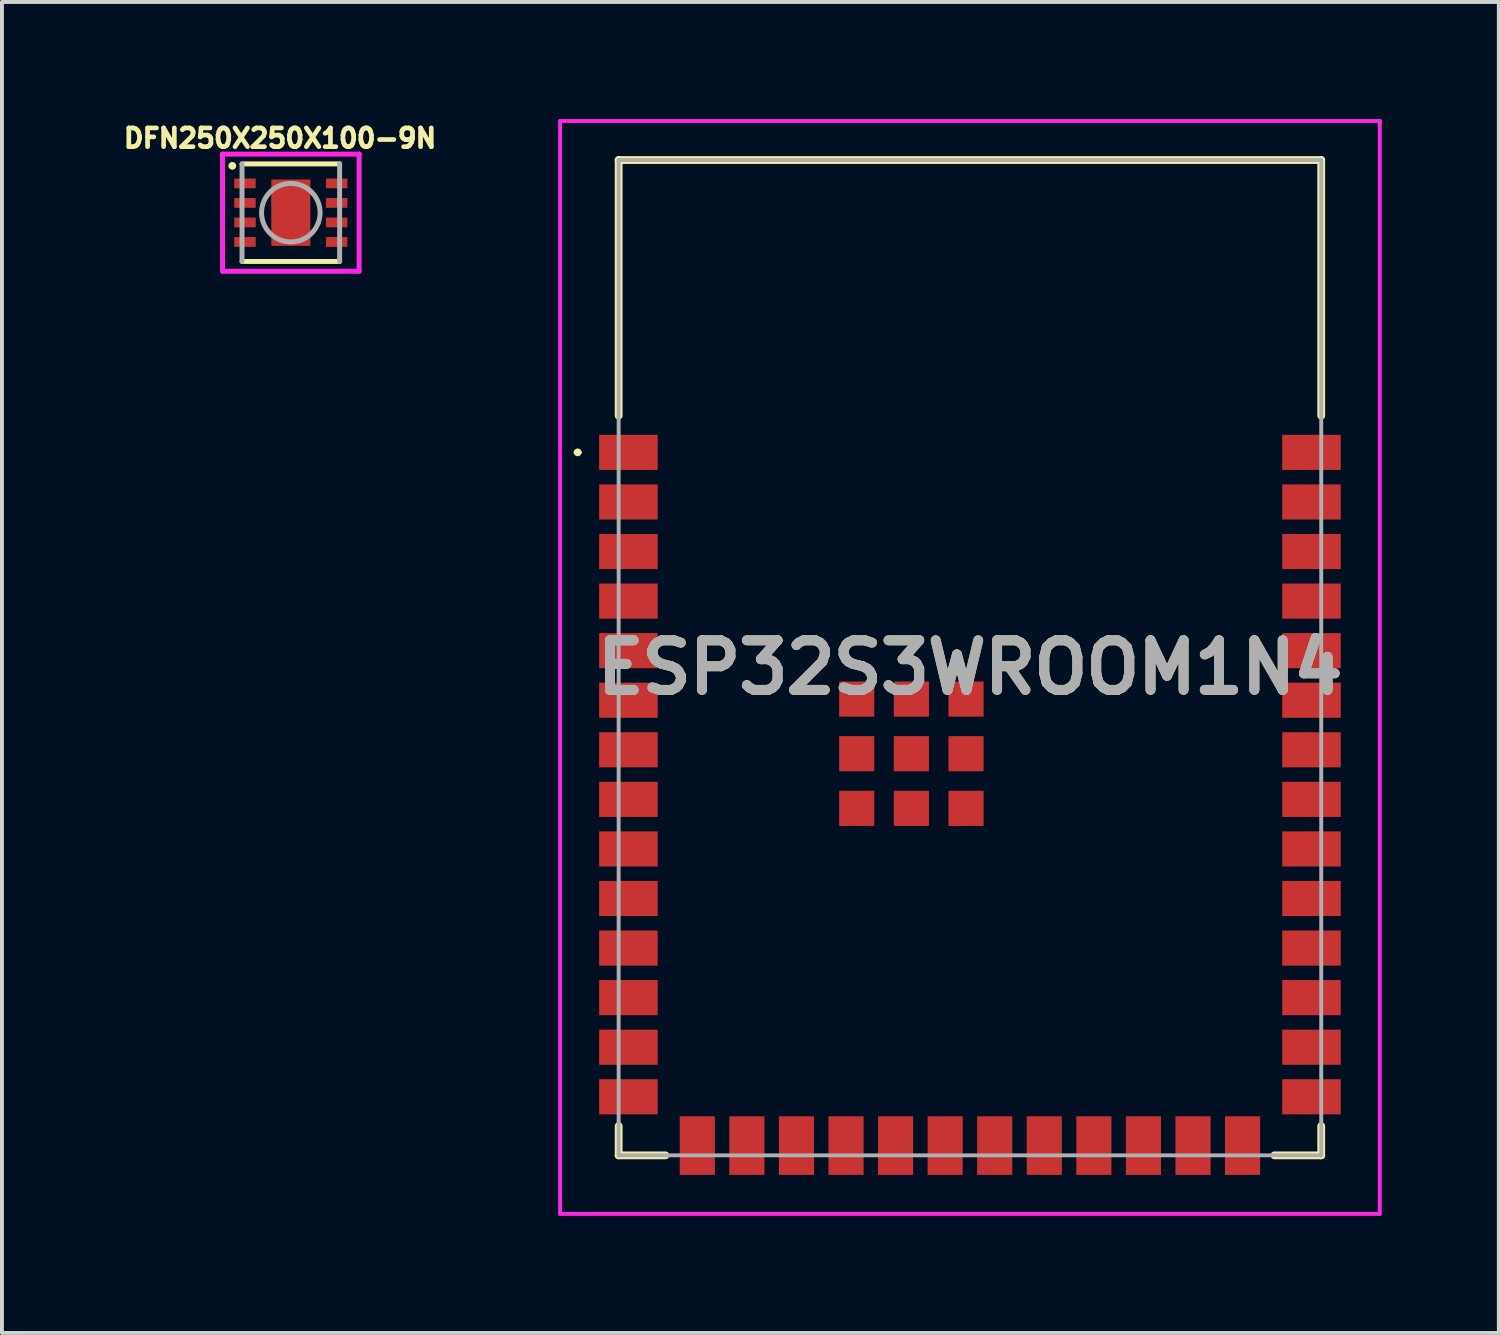
<source format=kicad_pcb>
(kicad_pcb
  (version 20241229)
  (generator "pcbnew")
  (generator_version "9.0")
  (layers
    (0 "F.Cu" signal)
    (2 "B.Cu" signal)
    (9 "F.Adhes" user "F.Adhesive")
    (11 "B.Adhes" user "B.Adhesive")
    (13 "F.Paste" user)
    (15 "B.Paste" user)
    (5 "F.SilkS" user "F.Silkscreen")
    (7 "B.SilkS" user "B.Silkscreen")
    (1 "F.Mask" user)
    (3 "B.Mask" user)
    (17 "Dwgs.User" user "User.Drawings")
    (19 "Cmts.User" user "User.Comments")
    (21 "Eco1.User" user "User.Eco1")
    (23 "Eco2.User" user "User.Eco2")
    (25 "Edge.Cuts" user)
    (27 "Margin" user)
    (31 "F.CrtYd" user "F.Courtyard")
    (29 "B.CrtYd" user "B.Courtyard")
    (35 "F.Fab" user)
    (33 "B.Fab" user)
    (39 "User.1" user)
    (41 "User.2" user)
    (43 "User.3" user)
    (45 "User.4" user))
  (footprint "DFN250X250X100-9N"
    (layer "F.Cu")
    (at 4.401 2.399)
    (property "Reference" "DFN250X250X100-9N" (at -0.276 -1.907 0) (layer "F.SilkS") (effects (font (size 0.48 0.48) (thickness 0.15))))
    (attr smd)
    (fp_line (start -1.25 1.25) (end 1.25 1.25) (stroke (width 0.127) (type solid)) (layer "F.SilkS"))
    (fp_line (start 1.25 -1.25) (end -1.25 -1.25) (stroke (width 0.127) (type solid)) (layer "F.SilkS"))
    (fp_circle (center -1.5 -1.2) (end -1.4 -1.2) (stroke (width 0) (type solid)) (fill yes) (layer "F.SilkS"))
    (fp_poly (pts (xy -0.45 -0.8) (xy 0.45 -0.8) (xy 0.45 0.801) (xy -0.45 0.801)) (stroke (width 0.01) (type solid)) (fill yes) (layer "F.Paste"))
    (fp_line (start -1.75 -1.5) (end -1.75 1.5) (stroke (width 0.127) (type solid)) (layer "F.CrtYd"))
    (fp_line (start -1.75 1.5) (end 1.75 1.5) (stroke (width 0.127) (type solid)) (layer "F.CrtYd"))
    (fp_line (start 1.75 -1.5) (end -1.75 -1.5) (stroke (width 0.127) (type solid)) (layer "F.CrtYd"))
    (fp_line (start 1.75 1.5) (end 1.75 -1.5) (stroke (width 0.127) (type solid)) (layer "F.CrtYd"))
    (fp_line (start -1.25 -1.25) (end -1.25 1.25) (stroke (width 0.127) (type solid)) (layer "F.Fab"))
    (fp_line (start 1.25 1.25) (end 1.25 -1.25) (stroke (width 0.127) (type solid)) (layer "F.Fab"))
    (fp_circle (center 0 0) (end 0.75 0) (stroke (width 0.127) (type solid)) (fill no) (layer "F.Fab"))
    (pad "1" smd rect (at -1.175 -0.75) (size 0.55 0.25) (layers "F.Cu" "F.Mask" "F.Paste"))
    (pad "2" smd rect (at -1.175 -0.25) (size 0.55 0.25) (layers "F.Cu" "F.Mask" "F.Paste"))
    (pad "3" smd rect (at -1.175 0.25) (size 0.55 0.25) (layers "F.Cu" "F.Mask" "F.Paste"))
    (pad "4" smd rect (at -1.175 0.75) (size 0.55 0.25) (layers "F.Cu" "F.Mask" "F.Paste"))
    (pad "5" smd rect (at 1.175 0.75) (size 0.55 0.25) (layers "F.Cu" "F.Mask" "F.Paste"))
    (pad "6" smd rect (at 1.175 0.25) (size 0.55 0.25) (layers "F.Cu" "F.Mask" "F.Paste"))
    (pad "7" smd rect (at 1.175 -0.25) (size 0.55 0.25) (layers "F.Cu" "F.Mask" "F.Paste"))
    (pad "8" smd rect (at 1.175 -0.75) (size 0.55 0.25) (layers "F.Cu" "F.Mask" "F.Paste"))
    (pad "9" smd rect (at 0 0) (size 1 1.7) (layers "F.Cu" "F.Mask")))
  (footprint "ESP32S3WROOM1N4"
    (layer "F.Cu")
    (at 21.8 14.05)
    (property "Reference" "ESP32S3WROOM1N4" (at 0 0 0) (layer "F.SilkS") (effects (font (size 1.27 1.27) (thickness 0.254))))
    (attr smd)
    (fp_line (start -10.1 -5.51) (end -10.1 -5.51) (stroke (width 0.1) (type solid)) (layer "F.SilkS"))
    (fp_line (start -10 -5.51) (end -10 -5.51) (stroke (width 0.1) (type solid)) (layer "F.SilkS"))
    (fp_line (start -9 -13) (end -9 -6.45) (stroke (width 0.2) (type solid)) (layer "F.SilkS"))
    (fp_line (start -9 11.75) (end -9 12.5) (stroke (width 0.2) (type solid)) (layer "F.SilkS"))
    (fp_line (start -9 12.5) (end -7.8 12.5) (stroke (width 0.2) (type solid)) (layer "F.SilkS"))
    (fp_line (start 7.8 12.5) (end 9 12.5) (stroke (width 0.2) (type solid)) (layer "F.SilkS"))
    (fp_line (start 9 -13) (end -9 -13) (stroke (width 0.2) (type solid)) (layer "F.SilkS"))
    (fp_line (start 9 -6.45) (end 9 -13) (stroke (width 0.2) (type solid)) (layer "F.SilkS"))
    (fp_line (start 9 12.5) (end 9 11.75) (stroke (width 0.2) (type solid)) (layer "F.SilkS"))
    (fp_arc (start -10.1 -5.51) (mid -10.05 -5.56) (end -10 -5.51) (stroke (width 0.1) (type solid)) (layer "F.SilkS"))
    (fp_arc (start -10 -5.51) (mid -10.05 -5.46) (end -10.1 -5.51) (stroke (width 0.1) (type solid)) (layer "F.SilkS"))
    (fp_line (start -10.5 -14) (end 10.5 -14) (stroke (width 0.1) (type solid)) (layer "F.CrtYd"))
    (fp_line (start -10.5 14) (end -10.5 -14) (stroke (width 0.1) (type solid)) (layer "F.CrtYd"))
    (fp_line (start 10.5 -14) (end 10.5 14) (stroke (width 0.1) (type solid)) (layer "F.CrtYd"))
    (fp_line (start 10.5 14) (end -10.5 14) (stroke (width 0.1) (type solid)) (layer "F.CrtYd"))
    (fp_line (start -9 -13) (end 9 -13) (stroke (width 0.1) (type solid)) (layer "F.Fab"))
    (fp_line (start -9 12.5) (end -9 -13) (stroke (width 0.1) (type solid)) (layer "F.Fab"))
    (fp_line (start 9 -13) (end 9 12.5) (stroke (width 0.1) (type solid)) (layer "F.Fab"))
    (fp_line (start 9 12.5) (end -9 12.5) (stroke (width 0.1) (type solid)) (layer "F.Fab"))
    (fp_text user "${REFERENCE}" (at 0 0 0) (layer "F.Fab") (effects (font (size 1.27 1.27) (thickness 0.254))))
    (pad "1" smd rect (at -8.75 -5.51 90) (size 0.9 1.5) (layers "F.Cu" "F.Mask" "F.Paste"))
    (pad "2" smd rect (at -8.75 -4.24 90) (size 0.9 1.5) (layers "F.Cu" "F.Mask" "F.Paste"))
    (pad "3" smd rect (at -8.75 -2.97 90) (size 0.9 1.5) (layers "F.Cu" "F.Mask" "F.Paste"))
    (pad "4" smd rect (at -8.75 -1.7 90) (size 0.9 1.5) (layers "F.Cu" "F.Mask" "F.Paste"))
    (pad "5" smd rect (at -8.75 -0.43 90) (size 0.9 1.5) (layers "F.Cu" "F.Mask" "F.Paste"))
    (pad "6" smd rect (at -8.75 0.84 90) (size 0.9 1.5) (layers "F.Cu" "F.Mask" "F.Paste"))
    (pad "7" smd rect (at -8.75 2.11 90) (size 0.9 1.5) (layers "F.Cu" "F.Mask" "F.Paste"))
    (pad "8" smd rect (at -8.75 3.38 90) (size 0.9 1.5) (layers "F.Cu" "F.Mask" "F.Paste"))
    (pad "9" smd rect (at -8.75 4.65 90) (size 0.9 1.5) (layers "F.Cu" "F.Mask" "F.Paste"))
    (pad "10" smd rect (at -8.75 5.92 90) (size 0.9 1.5) (layers "F.Cu" "F.Mask" "F.Paste"))
    (pad "11" smd rect (at -8.75 7.19 90) (size 0.9 1.5) (layers "F.Cu" "F.Mask" "F.Paste"))
    (pad "12" smd rect (at -8.75 8.46 90) (size 0.9 1.5) (layers "F.Cu" "F.Mask" "F.Paste"))
    (pad "13" smd rect (at -8.75 9.73 90) (size 0.9 1.5) (layers "F.Cu" "F.Mask" "F.Paste"))
    (pad "14" smd rect (at -8.75 11 90) (size 0.9 1.5) (layers "F.Cu" "F.Mask" "F.Paste"))
    (pad "15" smd rect (at -6.985 12.25) (size 0.9 1.5) (layers "F.Cu" "F.Mask" "F.Paste"))
    (pad "16" smd rect (at -5.715 12.25) (size 0.9 1.5) (layers "F.Cu" "F.Mask" "F.Paste"))
    (pad "17" smd rect (at -4.445 12.25) (size 0.9 1.5) (layers "F.Cu" "F.Mask" "F.Paste"))
    (pad "18" smd rect (at -3.175 12.25) (size 0.9 1.5) (layers "F.Cu" "F.Mask" "F.Paste"))
    (pad "19" smd rect (at -1.905 12.25) (size 0.9 1.5) (layers "F.Cu" "F.Mask" "F.Paste"))
    (pad "20" smd rect (at -0.635 12.25) (size 0.9 1.5) (layers "F.Cu" "F.Mask" "F.Paste"))
    (pad "21" smd rect (at 0.635 12.25) (size 0.9 1.5) (layers "F.Cu" "F.Mask" "F.Paste"))
    (pad "22" smd rect (at 1.905 12.25) (size 0.9 1.5) (layers "F.Cu" "F.Mask" "F.Paste"))
    (pad "23" smd rect (at 3.175 12.25) (size 0.9 1.5) (layers "F.Cu" "F.Mask" "F.Paste"))
    (pad "24" smd rect (at 4.445 12.25) (size 0.9 1.5) (layers "F.Cu" "F.Mask" "F.Paste"))
    (pad "25" smd rect (at 5.715 12.25) (size 0.9 1.5) (layers "F.Cu" "F.Mask" "F.Paste"))
    (pad "26" smd rect (at 6.985 12.25) (size 0.9 1.5) (layers "F.Cu" "F.Mask" "F.Paste"))
    (pad "27" smd rect (at 8.75 11 90) (size 0.9 1.5) (layers "F.Cu" "F.Mask" "F.Paste"))
    (pad "28" smd rect (at 8.75 9.73 90) (size 0.9 1.5) (layers "F.Cu" "F.Mask" "F.Paste"))
    (pad "29" smd rect (at 8.75 8.46 90) (size 0.9 1.5) (layers "F.Cu" "F.Mask" "F.Paste"))
    (pad "30" smd rect (at 8.75 7.19 90) (size 0.9 1.5) (layers "F.Cu" "F.Mask" "F.Paste"))
    (pad "31" smd rect (at 8.75 5.92 90) (size 0.9 1.5) (layers "F.Cu" "F.Mask" "F.Paste"))
    (pad "32" smd rect (at 8.75 4.65 90) (size 0.9 1.5) (layers "F.Cu" "F.Mask" "F.Paste"))
    (pad "33" smd rect (at 8.75 3.38 90) (size 0.9 1.5) (layers "F.Cu" "F.Mask" "F.Paste"))
    (pad "34" smd rect (at 8.75 2.11 90) (size 0.9 1.5) (layers "F.Cu" "F.Mask" "F.Paste"))
    (pad "35" smd rect (at 8.75 0.84 90) (size 0.9 1.5) (layers "F.Cu" "F.Mask" "F.Paste"))
    (pad "36" smd rect (at 8.75 -0.43 90) (size 0.9 1.5) (layers "F.Cu" "F.Mask" "F.Paste"))
    (pad "37" smd rect (at 8.75 -1.7 90) (size 0.9 1.5) (layers "F.Cu" "F.Mask" "F.Paste"))
    (pad "38" smd rect (at 8.75 -2.97 90) (size 0.9 1.5) (layers "F.Cu" "F.Mask" "F.Paste"))
    (pad "39" smd rect (at 8.75 -4.24 90) (size 0.9 1.5) (layers "F.Cu" "F.Mask" "F.Paste"))
    (pad "40" smd rect (at 8.75 -5.51 90) (size 0.9 1.5) (layers "F.Cu" "F.Mask" "F.Paste"))
    (pad "41" smd rect (at -1.5 2.21) (size 0.9 0.9) (layers "F.Cu" "F.Mask" "F.Paste"))
    (pad "42" smd rect (at -0.1 2.21) (size 0.9 0.9) (layers "F.Cu" "F.Mask" "F.Paste"))
    (pad "43" smd rect (at -0.1 0.81) (size 0.9 0.9) (layers "F.Cu" "F.Mask" "F.Paste"))
    (pad "44" smd rect (at -1.5 0.81) (size 0.9 0.9) (layers "F.Cu" "F.Mask" "F.Paste"))
    (pad "45" smd rect (at -2.9 0.81) (size 0.9 0.9) (layers "F.Cu" "F.Mask" "F.Paste"))
    (pad "46" smd rect (at -2.9 2.21) (size 0.9 0.9) (layers "F.Cu" "F.Mask" "F.Paste"))
    (pad "47" smd rect (at -2.9 3.61) (size 0.9 0.9) (layers "F.Cu" "F.Mask" "F.Paste"))
    (pad "48" smd rect (at -1.5 3.61) (size 0.9 0.9) (layers "F.Cu" "F.Mask" "F.Paste"))
    (pad "49" smd rect (at -0.1 3.61) (size 0.9 0.9) (layers "F.Cu" "F.Mask" "F.Paste")))
  (gr_rect
    (start -3 -3)
    (end 35.35 31.1)
    (stroke (width 0.1) (type default))
    (fill no)
    (layer "Edge.Cuts")))
</source>
